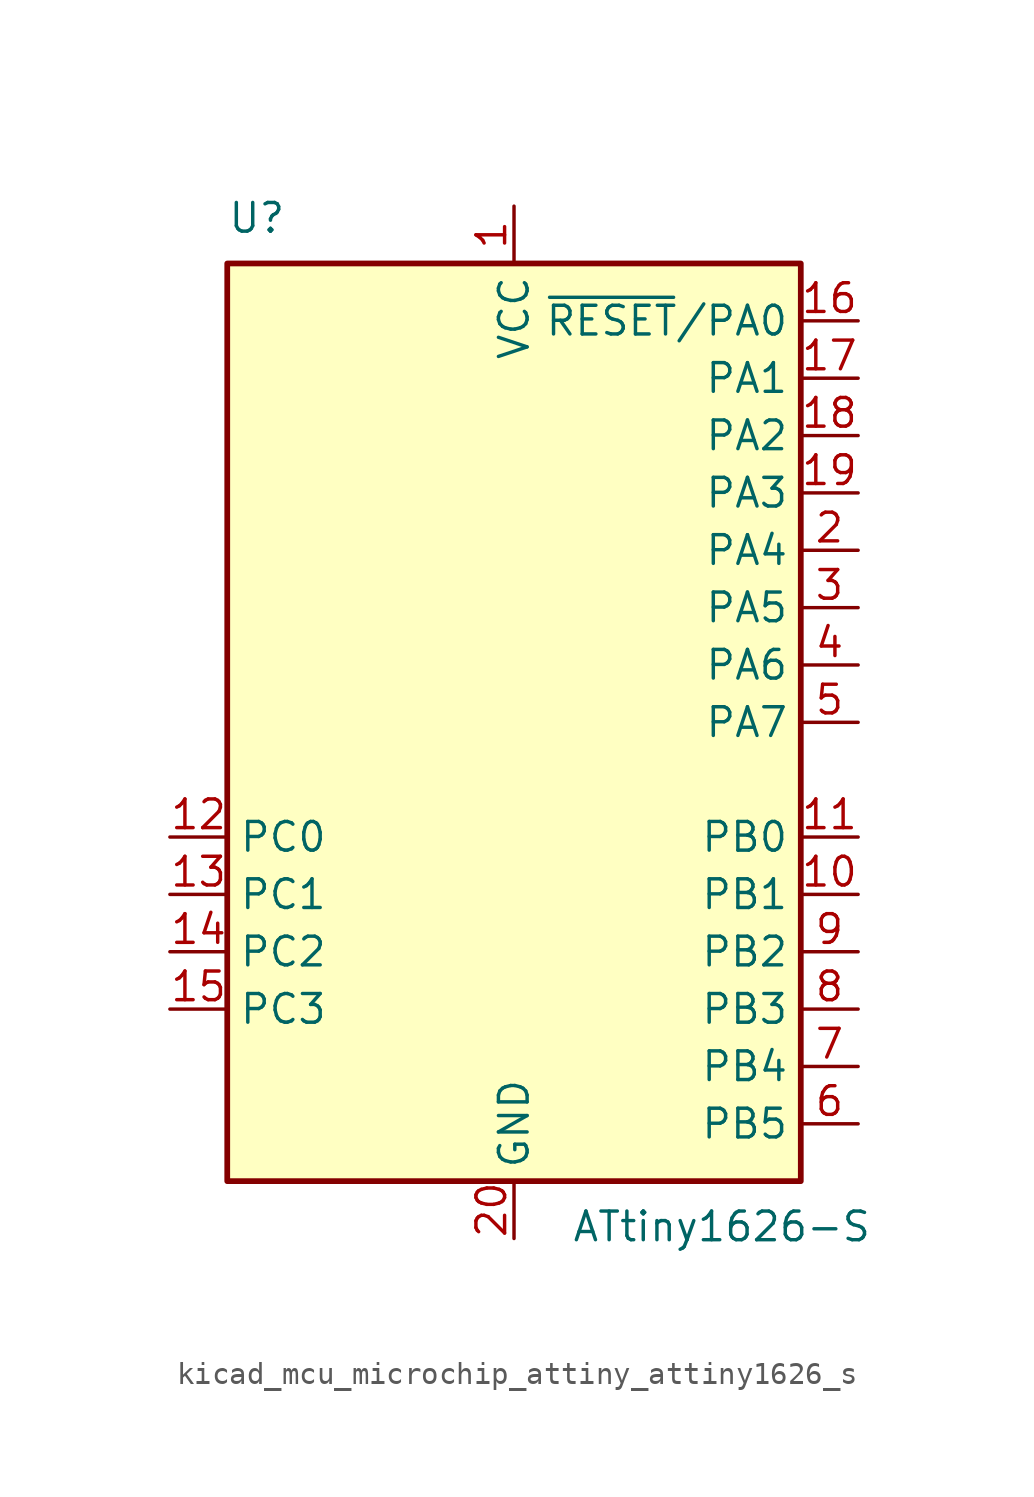
<source format=kicad_sym>
(kicad_symbol_lib
  (version 20220914)
  (generator kicad_symbol_editor)
  (symbol "kicad_mcu_microchip_attiny_attiny1626_s"
    (property "Reference" "U"
      (at -12.7 21.59 0)
      (effects (font (size 1.27 1.27)) (justify left bottom)))
    (property "Value" "ATtiny1626-S"
      (at 2.54 -21.59 0)
      (effects (font (size 1.27 1.27)) (justify left top)))
    (symbol "kicad_mcu_microchip_attiny_attiny1626_s_0_1"
      (rectangle (start -12.7 -20.32) (end 12.7 20.32) (stroke (width 0.254) (type default)) (fill (type background))))
    (symbol "kicad_mcu_microchip_attiny_attiny1626_s_1_1"
      (pin power_in line (at 0 22.86 270) (length 2.54) (name "VCC" (effects (font (size 1.27 1.27)))) (number "1" (effects (font (size 1.27 1.27)))))
      (pin bidirectional line (at 15.24 -7.62 180) (length 2.54) (name "PB1" (effects (font (size 1.27 1.27)))) (number "10" (effects (font (size 1.27 1.27)))))
      (pin bidirectional line (at 15.24 -5.08 180) (length 2.54) (name "PB0" (effects (font (size 1.27 1.27)))) (number "11" (effects (font (size 1.27 1.27)))))
      (pin bidirectional line (at -15.24 -5.08 0) (length 2.54) (name "PC0" (effects (font (size 1.27 1.27)))) (number "12" (effects (font (size 1.27 1.27)))))
      (pin bidirectional line (at -15.24 -7.62 0) (length 2.54) (name "PC1" (effects (font (size 1.27 1.27)))) (number "13" (effects (font (size 1.27 1.27)))))
      (pin bidirectional line (at -15.24 -10.16 0) (length 2.54) (name "PC2" (effects (font (size 1.27 1.27)))) (number "14" (effects (font (size 1.27 1.27)))))
      (pin bidirectional line (at -15.24 -12.7 0) (length 2.54) (name "PC3" (effects (font (size 1.27 1.27)))) (number "15" (effects (font (size 1.27 1.27)))))
      (pin bidirectional line (at 15.24 17.78 180) (length 2.54) (name "~{RESET}/PA0" (effects (font (size 1.27 1.27)))) (number "16" (effects (font (size 1.27 1.27)))))
      (pin bidirectional line (at 15.24 15.24 180) (length 2.54) (name "PA1" (effects (font (size 1.27 1.27)))) (number "17" (effects (font (size 1.27 1.27)))))
      (pin bidirectional line (at 15.24 12.7 180) (length 2.54) (name "PA2" (effects (font (size 1.27 1.27)))) (number "18" (effects (font (size 1.27 1.27)))))
      (pin bidirectional line (at 15.24 10.16 180) (length 2.54) (name "PA3" (effects (font (size 1.27 1.27)))) (number "19" (effects (font (size 1.27 1.27)))))
      (pin bidirectional line (at 15.24 7.62 180) (length 2.54) (name "PA4" (effects (font (size 1.27 1.27)))) (number "2" (effects (font (size 1.27 1.27)))))
      (pin power_in line (at 0 -22.86 90) (length 2.54) (name "GND" (effects (font (size 1.27 1.27)))) (number "20" (effects (font (size 1.27 1.27)))))
      (pin bidirectional line (at 15.24 5.08 180) (length 2.54) (name "PA5" (effects (font (size 1.27 1.27)))) (number "3" (effects (font (size 1.27 1.27)))))
      (pin bidirectional line (at 15.24 2.54 180) (length 2.54) (name "PA6" (effects (font (size 1.27 1.27)))) (number "4" (effects (font (size 1.27 1.27)))))
      (pin bidirectional line (at 15.24 0 180) (length 2.54) (name "PA7" (effects (font (size 1.27 1.27)))) (number "5" (effects (font (size 1.27 1.27)))))
      (pin bidirectional line (at 15.24 -17.78 180) (length 2.54) (name "PB5" (effects (font (size 1.27 1.27)))) (number "6" (effects (font (size 1.27 1.27)))))
      (pin bidirectional line (at 15.24 -15.24 180) (length 2.54) (name "PB4" (effects (font (size 1.27 1.27)))) (number "7" (effects (font (size 1.27 1.27)))))
      (pin bidirectional line (at 15.24 -12.7 180) (length 2.54) (name "PB3" (effects (font (size 1.27 1.27)))) (number "8" (effects (font (size 1.27 1.27)))))
      (pin bidirectional line (at 15.24 -10.16 180) (length 2.54) (name "PB2" (effects (font (size 1.27 1.27)))) (number "9" (effects (font (size 1.27 1.27))))))))
</source>
